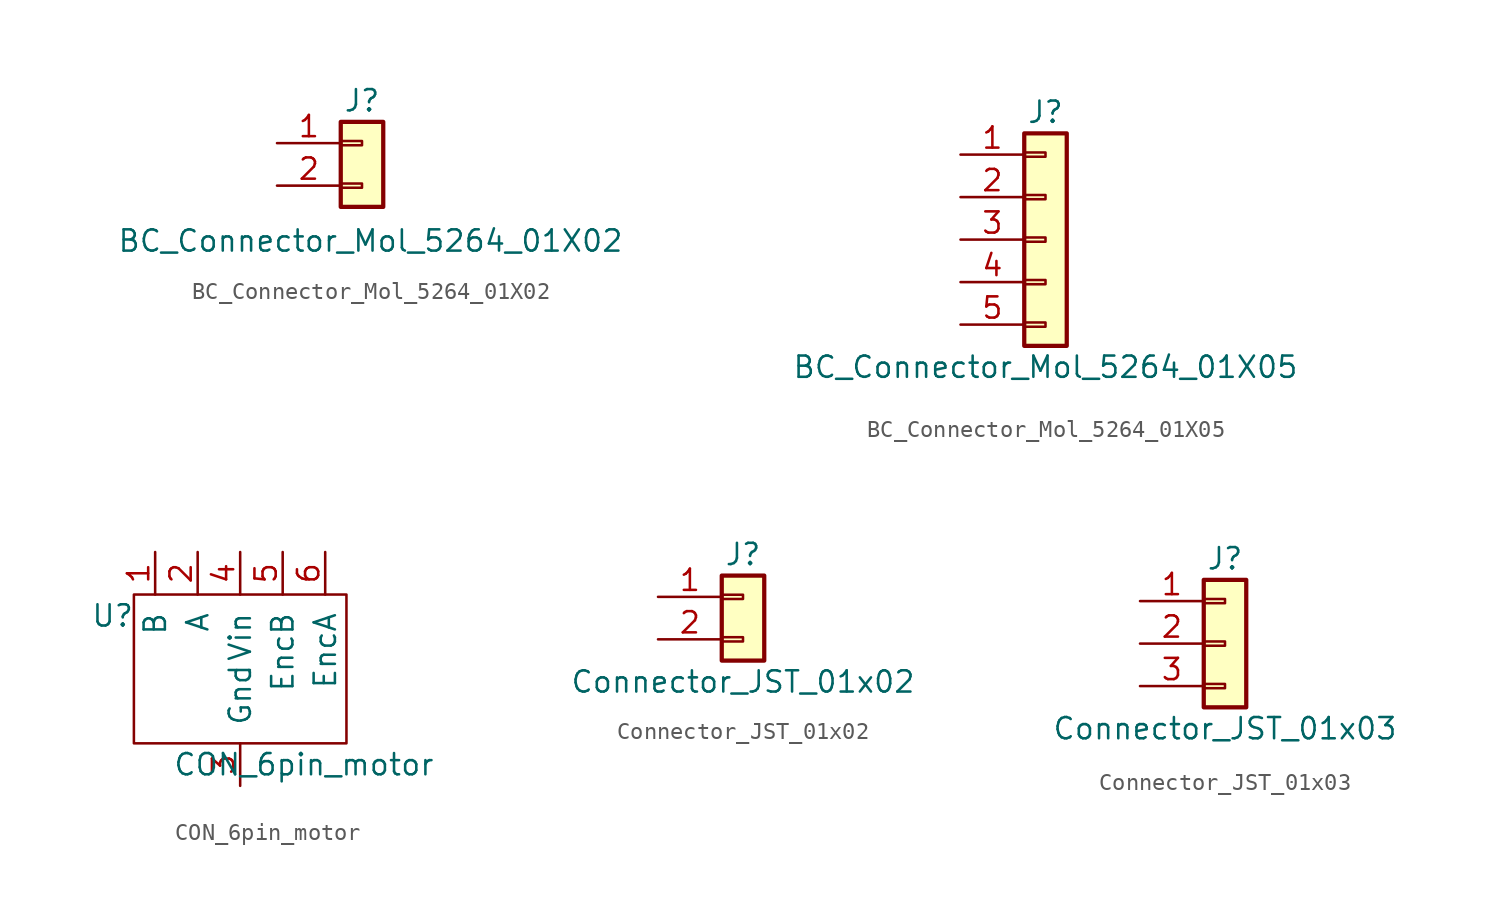
<source format=kicad_sym>
(kicad_symbol_lib
  (version 20231120)
  (generator "kicad_symbol_editor")
  (generator_version "8.0")
  (symbol "BC_Connector_Mol_5264_01X02"
    (pin_names
      (offset 1.016) hide)
    (property "Reference" "J"
      (at 0 7.62 0)
      (effects (font (size 1.27 1.27))))
    (property "Value" "BC_Connector_Mol_5264_01X02"
      (at 0.508 -0.762 0)
      (effects (font (size 1.27 1.27))))
    (symbol "BC_Connector_Mol_5264_01X02_1_1"
      (rectangle (start -1.27 2.667) (end 0 2.413) (stroke (width 0.152) (type solid)) (fill (type none)))
      (rectangle (start -1.27 5.207) (end 0 4.953) (stroke (width 0.152) (type solid)) (fill (type none)))
      (rectangle (start -1.27 6.35) (end 1.27 1.27) (stroke (width 0.254) (type solid)) (fill (type background)))
      (pin passive line (at -5.08 5.08 0) (length 3.81) (name "Pin_1" (effects (font (size 1.27 1.27)))) (number "1" (effects (font (size 1.27 1.27)))))
      (pin passive line (at -5.08 2.54 0) (length 3.81) (name "Pin_2" (effects (font (size 1.27 1.27)))) (number "2" (effects (font (size 1.27 1.27)))))))
  (symbol "BC_Connector_Mol_5264_01X05"
    (pin_names
      (offset 1.016) hide)
    (property "Reference" "J"
      (at 0 7.62 0)
      (effects (font (size 1.27 1.27))))
    (property "Value" "BC_Connector_Mol_5264_01X05"
      (at 0 -7.62 0)
      (effects (font (size 1.27 1.27))))
    (symbol "BC_Connector_Mol_5264_01X05_1_1"
      (rectangle (start -1.27 -4.953) (end 0 -5.207) (stroke (width 0.152) (type solid)) (fill (type none)))
      (rectangle (start -1.27 -2.413) (end 0 -2.667) (stroke (width 0.152) (type solid)) (fill (type none)))
      (rectangle (start -1.27 0.127) (end 0 -0.127) (stroke (width 0.152) (type solid)) (fill (type none)))
      (rectangle (start -1.27 2.667) (end 0 2.413) (stroke (width 0.152) (type solid)) (fill (type none)))
      (rectangle (start -1.27 5.207) (end 0 4.953) (stroke (width 0.152) (type solid)) (fill (type none)))
      (rectangle (start -1.27 6.35) (end 1.27 -6.35) (stroke (width 0.254) (type solid)) (fill (type background)))
      (pin passive line (at -5.08 5.08 0) (length 3.81) (name "Pin_1" (effects (font (size 1.27 1.27)))) (number "1" (effects (font (size 1.27 1.27)))))
      (pin passive line (at -5.08 2.54 0) (length 3.81) (name "Pin_2" (effects (font (size 1.27 1.27)))) (number "2" (effects (font (size 1.27 1.27)))))
      (pin passive line (at -5.08 0 0) (length 3.81) (name "Pin_3" (effects (font (size 1.27 1.27)))) (number "3" (effects (font (size 1.27 1.27)))))
      (pin passive line (at -5.08 -2.54 0) (length 3.81) (name "Pin_4" (effects (font (size 1.27 1.27)))) (number "4" (effects (font (size 1.27 1.27)))))
      (pin passive line (at -5.08 -5.08 0) (length 3.81) (name "Pin_5" (effects (font (size 1.27 1.27)))) (number "5" (effects (font (size 1.27 1.27)))))))
  (symbol "CON_6pin_motor"
    (pin_names
      (offset 1.016))
    (property "Reference" "U"
      (at -7.62 2.54 0)
      (effects (font (size 1.27 1.27))))
    (property "Value" "CON_6pin_motor"
      (at 3.81 -6.35 0)
      (effects (font (size 1.27 1.27))))
    (symbol "CON_6pin_motor_0_1"
      (rectangle (start -6.35 3.81) (end 6.35 -5.08) (stroke (width 0) (type solid)) (fill (type none))))
    (symbol "CON_6pin_motor_1_1"
      (pin input line (at -5.08 6.35 270) (length 2.54) (name "B" (effects (font (size 1.27 1.27)))) (number "1" (effects (font (size 1.27 1.27)))))
      (pin input line (at -2.54 6.35 270) (length 2.54) (name "A" (effects (font (size 1.27 1.27)))) (number "2" (effects (font (size 1.27 1.27)))))
      (pin input line (at 0 -7.62 90) (length 2.54) (name "Gnd" (effects (font (size 1.27 1.27)))) (number "3" (effects (font (size 1.27 1.27)))))
      (pin input line (at 0 6.35 270) (length 2.54) (name "Vin" (effects (font (size 1.27 1.27)))) (number "4" (effects (font (size 1.27 1.27)))))
      (pin input line (at 2.54 6.35 270) (length 2.54) (name "EncB" (effects (font (size 1.27 1.27)))) (number "5" (effects (font (size 1.27 1.27)))))
      (pin input line (at 5.08 6.35 270) (length 2.54) (name "EncA" (effects (font (size 1.27 1.27)))) (number "6" (effects (font (size 1.27 1.27)))))))
  (symbol "Connector_JST_01x02"
    (pin_names
      (offset 1.016) hide)
    (property "Reference" "J"
      (at 0 2.54 0)
      (effects (font (size 1.27 1.27))))
    (property "Value" "Connector_JST_01x02"
      (at 0 -5.08 0)
      (effects (font (size 1.27 1.27))))
    (symbol "Connector_JST_01x02_1_1"
      (rectangle (start -1.27 -2.413) (end 0 -2.667) (stroke (width 0.152) (type solid)) (fill (type none)))
      (rectangle (start -1.27 0.127) (end 0 -0.127) (stroke (width 0.152) (type solid)) (fill (type none)))
      (rectangle (start -1.27 1.27) (end 1.27 -3.81) (stroke (width 0.254) (type solid)) (fill (type background)))
      (pin passive line (at -5.08 0 0) (length 3.81) (name "Pin_1" (effects (font (size 1.27 1.27)))) (number "1" (effects (font (size 1.27 1.27)))))
      (pin passive line (at -5.08 -2.54 0) (length 3.81) (name "Pin_2" (effects (font (size 1.27 1.27)))) (number "2" (effects (font (size 1.27 1.27)))))))
  (symbol "Connector_JST_01x03"
    (pin_names
      (offset 1.016) hide)
    (property "Reference" "J"
      (at 0 5.08 0)
      (effects (font (size 1.27 1.27))))
    (property "Value" "Connector_JST_01x03"
      (at 0 -5.08 0)
      (effects (font (size 1.27 1.27))))
    (symbol "Connector_JST_01x03_1_1"
      (rectangle (start -1.27 -2.413) (end 0 -2.667) (stroke (width 0.152) (type solid)) (fill (type none)))
      (rectangle (start -1.27 0.127) (end 0 -0.127) (stroke (width 0.152) (type solid)) (fill (type none)))
      (rectangle (start -1.27 2.667) (end 0 2.413) (stroke (width 0.152) (type solid)) (fill (type none)))
      (rectangle (start -1.27 3.81) (end 1.27 -3.81) (stroke (width 0.254) (type solid)) (fill (type background)))
      (pin passive line (at -5.08 2.54 0) (length 3.81) (name "Pin_1" (effects (font (size 1.27 1.27)))) (number "1" (effects (font (size 1.27 1.27)))))
      (pin passive line (at -5.08 0 0) (length 3.81) (name "Pin_2" (effects (font (size 1.27 1.27)))) (number "2" (effects (font (size 1.27 1.27)))))
      (pin passive line (at -5.08 -2.54 0) (length 3.81) (name "Pin_3" (effects (font (size 1.27 1.27)))) (number "3" (effects (font (size 1.27 1.27))))))))
</source>
